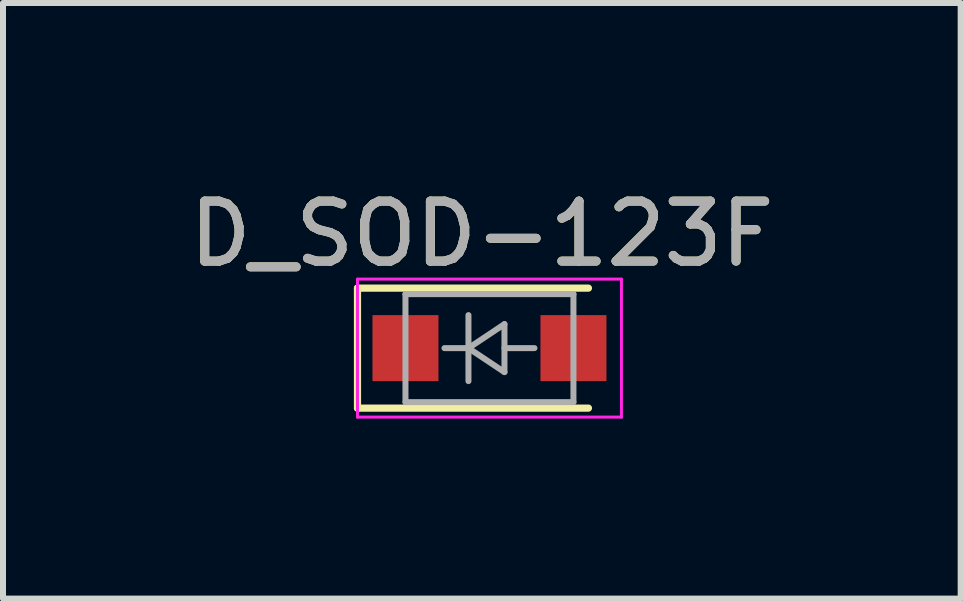
<source format=kicad_pcb>
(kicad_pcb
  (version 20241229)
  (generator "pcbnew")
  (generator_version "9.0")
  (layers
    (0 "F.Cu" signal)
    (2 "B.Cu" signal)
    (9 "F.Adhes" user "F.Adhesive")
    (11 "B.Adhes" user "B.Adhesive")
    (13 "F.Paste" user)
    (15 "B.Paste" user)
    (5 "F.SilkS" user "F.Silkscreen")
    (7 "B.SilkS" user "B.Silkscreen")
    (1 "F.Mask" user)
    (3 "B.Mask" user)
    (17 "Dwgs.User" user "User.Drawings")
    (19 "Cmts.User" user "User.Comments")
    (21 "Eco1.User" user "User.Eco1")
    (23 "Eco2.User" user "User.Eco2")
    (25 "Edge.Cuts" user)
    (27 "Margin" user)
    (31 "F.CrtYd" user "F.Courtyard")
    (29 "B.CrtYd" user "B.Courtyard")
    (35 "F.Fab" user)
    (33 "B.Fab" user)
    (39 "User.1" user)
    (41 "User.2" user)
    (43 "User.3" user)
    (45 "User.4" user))
  (footprint "D_SOD-123F"
    (layer "F.Cu")
    (at 5.109 2.753)
    (property "Reference" "D_SOD-123F" (at -0.127 -1.905 0) (layer "F.SilkS") (effects (font (size 1 1) (thickness 0.15))))
    (attr smd)
    (fp_line (start -2.2 -1) (end -2.2 1) (stroke (width 0.12) (type solid)) (layer "F.SilkS"))
    (fp_line (start -2.2 -1) (end 1.65 -1) (stroke (width 0.12) (type solid)) (layer "F.SilkS"))
    (fp_line (start -2.2 1) (end 1.65 1) (stroke (width 0.12) (type solid)) (layer "F.SilkS"))
    (fp_line (start -2.2 -1.15) (end -2.2 1.15) (stroke (width 0.05) (type solid)) (layer "F.CrtYd"))
    (fp_line (start -2.2 -1.15) (end 2.2 -1.15) (stroke (width 0.05) (type solid)) (layer "F.CrtYd"))
    (fp_line (start 2.2 -1.15) (end 2.2 1.15) (stroke (width 0.05) (type solid)) (layer "F.CrtYd"))
    (fp_line (start 2.2 1.15) (end -2.2 1.15) (stroke (width 0.05) (type solid)) (layer "F.CrtYd"))
    (fp_line (start -1.4 -0.9) (end 1.4 -0.9) (stroke (width 0.1) (type solid)) (layer "F.Fab"))
    (fp_line (start -1.4 0.9) (end -1.4 -0.9) (stroke (width 0.1) (type solid)) (layer "F.Fab"))
    (fp_line (start -0.75 0) (end -0.35 0) (stroke (width 0.1) (type solid)) (layer "F.Fab"))
    (fp_line (start -0.35 0) (end -0.35 -0.55) (stroke (width 0.1) (type solid)) (layer "F.Fab"))
    (fp_line (start -0.35 0) (end -0.35 0.55) (stroke (width 0.1) (type solid)) (layer "F.Fab"))
    (fp_line (start -0.35 0) (end 0.25 -0.4) (stroke (width 0.1) (type solid)) (layer "F.Fab"))
    (fp_line (start 0.25 -0.4) (end 0.25 0.4) (stroke (width 0.1) (type solid)) (layer "F.Fab"))
    (fp_line (start 0.25 0) (end 0.75 0) (stroke (width 0.1) (type solid)) (layer "F.Fab"))
    (fp_line (start 0.25 0.4) (end -0.35 0) (stroke (width 0.1) (type solid)) (layer "F.Fab"))
    (fp_line (start 1.4 -0.9) (end 1.4 0.9) (stroke (width 0.1) (type solid)) (layer "F.Fab"))
    (fp_line (start 1.4 0.9) (end -1.4 0.9) (stroke (width 0.1) (type solid)) (layer "F.Fab"))
    (fp_text user "${REFERENCE}" (at -0.127 -1.905 0) (layer "F.Fab") (effects (font (size 1 1) (thickness 0.15))))
    (pad "1" smd rect (at -1.4 0) (size 1.1 1.1) (layers "F.Cu" "F.Mask" "F.Paste"))
    (pad "2" smd rect (at 1.4 0) (size 1.1 1.1) (layers "F.Cu" "F.Mask" "F.Paste")))
  (gr_rect
    (start -3 -3)
    (end 12.964 6.928)
    (stroke (width 0.1) (type default))
    (fill no)
    (layer "Edge.Cuts")))
</source>
